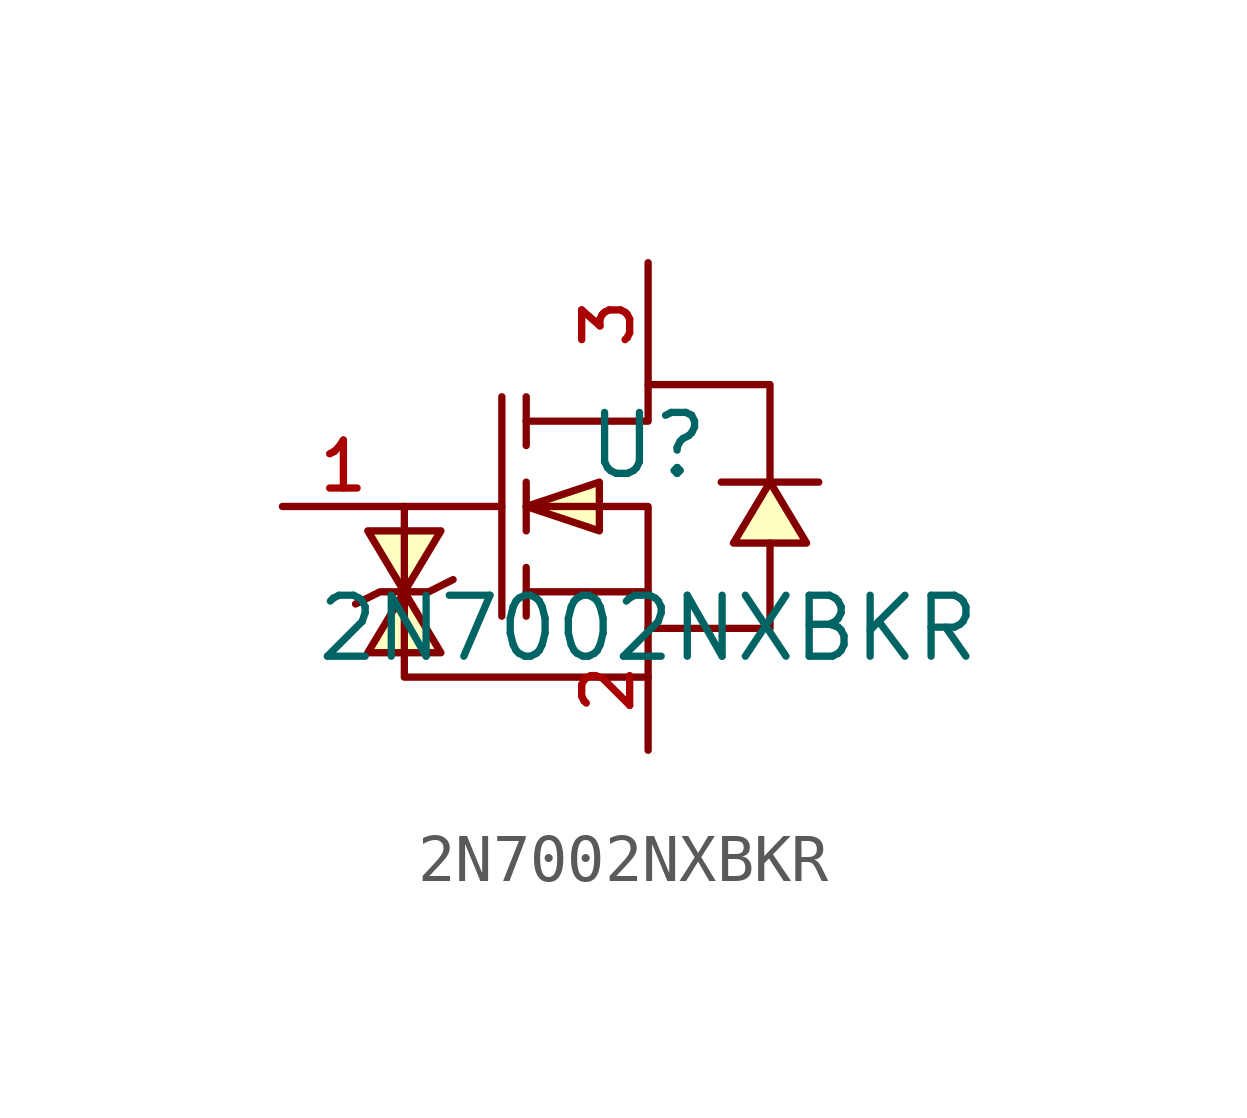
<source format=kicad_sym>
(kicad_symbol_lib
  (version 20210201)
  (generator TousstNicolas/JLC2KiCad_lib)
  (symbol "2N7002NXBKR"
    (pin_names hide)
    (property "Reference" "U"
      (at 0 1.27 0)
      (effects (font (size 1.27 1.27))))
    (property "Value" "2N7002NXBKR"
      (at 0 -2.54 0)
      (effects (font (size 1.27 1.27))))
    (symbol "2N7002NXBKR_0_1"
      (polyline (pts (xy -5.08 -0.0) (xy -5.08 -3.556) (xy 0.0 -3.556)) (stroke (width 0) (type default) (color 0 0 0 0)) (fill (type none)))
      (polyline (pts (xy -5.08 -1.778) (xy -5.842 -3.048) (xy -4.318 -3.048) (xy -5.08 -1.778)) (stroke (width 0) (type default) (color 0 0 0 0)) (fill (type background)))
      (polyline (pts (xy -4.064 -1.524) (xy -4.572 -1.778) (xy -5.588 -1.778) (xy -6.096 -2.032)) (stroke (width 0) (type default) (color 0 0 0 0)) (fill (type none)))
      (polyline (pts (xy -5.08 -1.778) (xy -5.842 -0.508) (xy -4.318 -0.508) (xy -5.08 -1.778)) (stroke (width 0) (type default) (color 0 0 0 0)) (fill (type background)))
      (polyline (pts (xy -2.54 -0.0) (xy -1.016 0.508) (xy -1.016 -0.508) (xy -2.54 -0.0)) (stroke (width 0) (type default) (color 0 0 0 0)) (fill (type background)))
      (polyline (pts (xy 2.54 0.508) (xy 1.778 -0.762) (xy 3.302 -0.762) (xy 2.54 0.508)) (stroke (width 0) (type default) (color 0 0 0 0)) (fill (type background)))
      (polyline (pts (xy -2.54 1.778) (xy 0.0 1.778) (xy 0.0 2.54) (xy 2.54 2.54) (xy 2.54 0.508)) (stroke (width 0) (type default) (color 0 0 0 0)) (fill (type none)))
      (polyline (pts (xy -2.54 -0.0) (xy 0.0 -0.0) (xy 0.0 -2.54) (xy 2.54 -2.54) (xy 2.54 -0.762)) (stroke (width 0) (type default) (color 0 0 0 0)) (fill (type none)))
      (polyline (pts (xy 0.0 -1.778) (xy -2.54 -1.778)) (stroke (width 0) (type default) (color 0 0 0 0)) (fill (type none)))
      (polyline (pts (xy -3.048 2.286) (xy -3.048 -2.286)) (stroke (width 0) (type default) (color 0 0 0 0)) (fill (type none)))
      (polyline (pts (xy -2.54 2.286) (xy -2.54 1.27)) (stroke (width 0) (type default) (color 0 0 0 0)) (fill (type none)))
      (polyline (pts (xy -2.54 -0.508) (xy -2.54 0.508)) (stroke (width 0) (type default) (color 0 0 0 0)) (fill (type none)))
      (polyline (pts (xy -2.54 -2.286) (xy -2.54 -1.27)) (stroke (width 0) (type default) (color 0 0 0 0)) (fill (type none)))
      (polyline (pts (xy -5.08 -0.0) (xy -3.048 -0.0)) (stroke (width 0) (type default) (color 0 0 0 0)) (fill (type none)))
      (polyline (pts (xy 3.556 0.508) (xy 3.048 0.508) (xy 2.032 0.508) (xy 1.524 0.508)) (stroke (width 0) (type default) (color 0 0 0 0)) (fill (type none)))
      (pin unspecified line (at 0.0 5.08 270) (length 2.54) (name "D" (effects (font (size 1 1)))) (number "3" (effects (font (size 1 1)))))
      (pin unspecified line (at -7.62 -0.0 0) (length 2.54) (name "G" (effects (font (size 1 1)))) (number "1" (effects (font (size 1 1)))))
      (pin unspecified line (at 0.0 -5.08 90) (length 2.54) (name "S" (effects (font (size 1 1)))) (number "2" (effects (font (size 1 1))))))))
</source>
